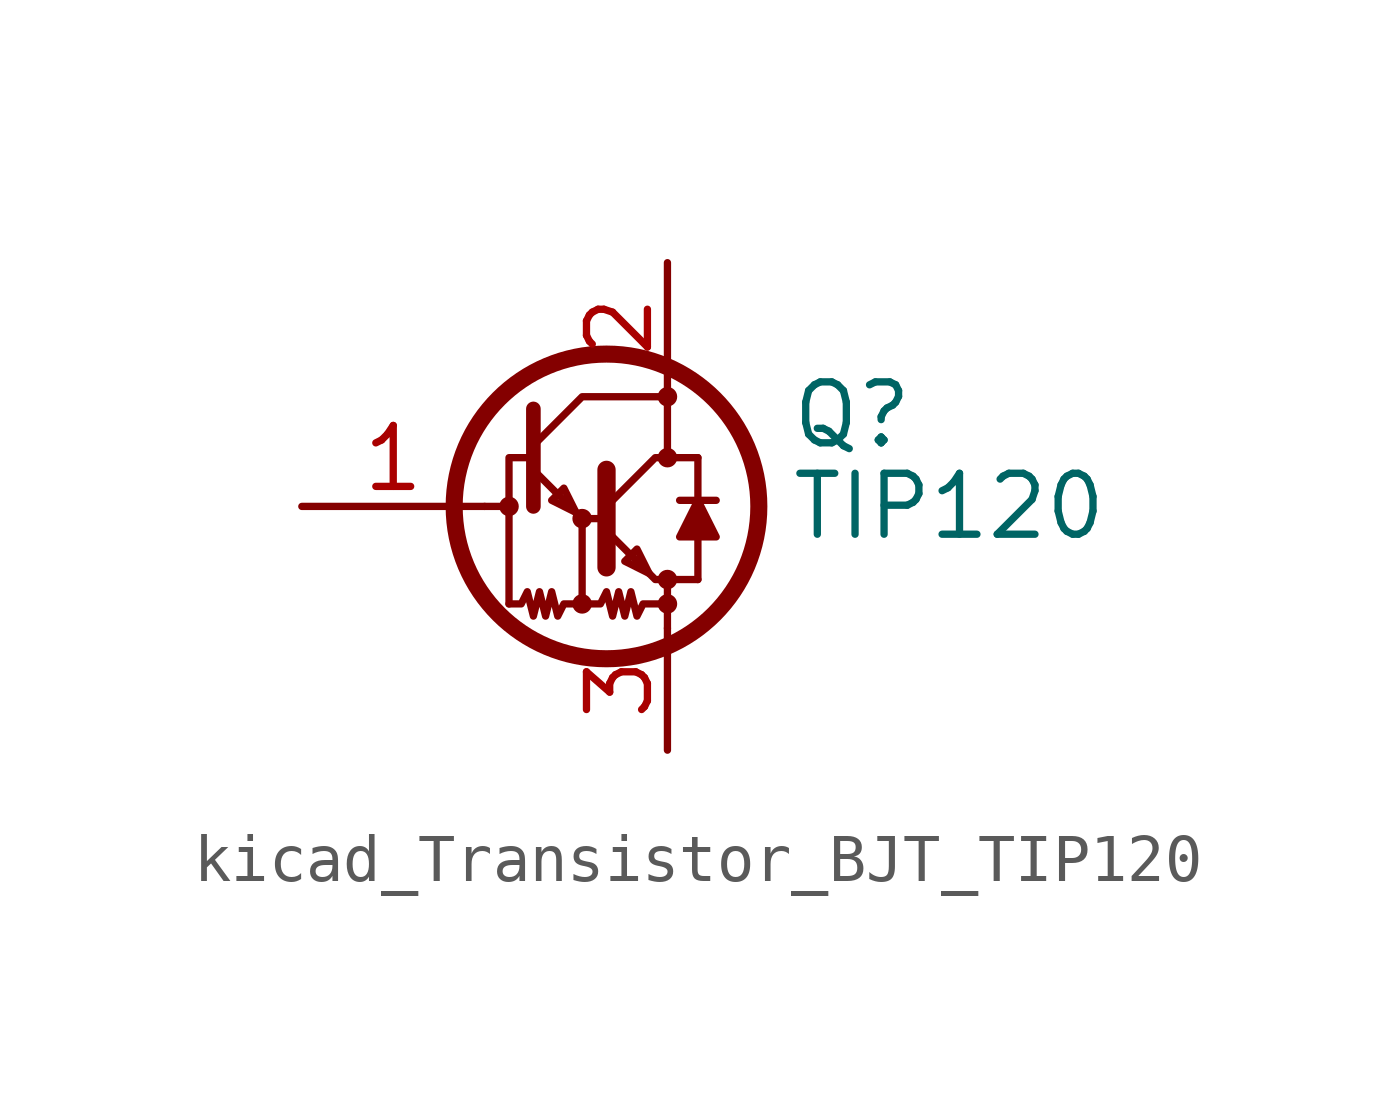
<source format=kicad_sym>
(kicad_symbol_lib
  (version 20220914)
  (generator kicad_symbol_editor)
  (symbol "kicad_Transistor_BJT_TIP120"
    (pin_names
      (offset 0) hide)
    (property "Reference" "Q"
      (at 5.08 1.905 0)
      (effects (font (size 1.27 1.27)) (justify left)))
    (property "Value" "TIP120"
      (at 5.08 0 0)
      (effects (font (size 1.27 1.27)) (justify left)))
    (symbol "kicad_Transistor_BJT_TIP120_0_1"
      (circle (center -0.762 0) (radius 0.127) (stroke (width 0) (type default)) (fill (type none)))
      (polyline (pts (xy -1.27 0) (xy -0.889 0)) (stroke (width 0) (type default)) (fill (type none)))
      (polyline (pts (xy 2.54 -2.032) (xy 2.54 -2.54)) (stroke (width 0) (type default)) (fill (type none)))
      (polyline (pts (xy 2.54 -1.524) (xy 3.175 -1.524)) (stroke (width 0) (type default)) (fill (type none)))
      (polyline (pts (xy 2.794 0.127) (xy 3.556 0.127)) (stroke (width 0) (type default)) (fill (type none)))
      (polyline (pts (xy 3.175 -0.635) (xy 3.175 -1.524)) (stroke (width 0) (type default)) (fill (type none)))
      (polyline (pts (xy 3.175 1.016) (xy 2.54 1.016)) (stroke (width 0) (type default)) (fill (type none)))
      (polyline (pts (xy 3.175 1.016) (xy 3.175 0.127)) (stroke (width 0) (type default)) (fill (type none)))
      (polyline (pts (xy -0.254 0.762) (xy 0.762 -0.254) (xy 1.27 -0.254)) (stroke (width 0) (type default)) (fill (type none)))
      (polyline (pts (xy -0.254 1.016) (xy -0.762 1.016) (xy -0.762 -2.032)) (stroke (width 0) (type default)) (fill (type none)))
      (polyline (pts (xy -0.254 1.27) (xy 0.762 2.286) (xy 2.54 2.286)) (stroke (width 0) (type default)) (fill (type none)))
      (polyline (pts (xy -0.254 2.032) (xy -0.254 0) (xy -0.254 0)) (stroke (width 0.305) (type default)) (fill (type none)))
      (polyline (pts (xy 1.27 0.762) (xy 1.27 -1.27) (xy 1.27 -1.27)) (stroke (width 0.381) (type default)) (fill (type none)))
      (polyline (pts (xy 0.635 -0.127) (xy 0.381 0.381) (xy 0.127 0.127) (xy 0.635 -0.127)) (stroke (width 0) (type default)) (fill (type none)))
      (polyline (pts (xy 1.27 -0.508) (xy 2.286 -1.524) (xy 2.54 -1.524) (xy 2.54 -2.032)) (stroke (width 0) (type default)) (fill (type none)))
      (polyline (pts (xy 1.27 0) (xy 2.286 1.016) (xy 2.54 1.016) (xy 2.54 2.286)) (stroke (width 0) (type default)) (fill (type none)))
      (polyline (pts (xy 2.159 -1.397) (xy 1.905 -0.889) (xy 1.651 -1.143) (xy 2.159 -1.397)) (stroke (width 0) (type default)) (fill (type none)))
      (polyline (pts (xy 3.175 0.127) (xy 2.794 -0.635) (xy 3.556 -0.635) (xy 3.175 0.127)) (stroke (width 0) (type default)) (fill (type outline)))
      (polyline (pts (xy 0.762 -2.032) (xy 0.381 -2.032) (xy 0.254 -2.286) (xy 0.127 -1.778) (xy 0 -2.286) (xy -0.127 -1.778) (xy -0.254 -2.286) (xy -0.381 -1.778) (xy -0.508 -2.032) (xy -0.762 -2.032)) (stroke (width 0) (type default)) (fill (type none)))
      (polyline (pts (xy 0.762 -0.254) (xy 0.762 -2.032) (xy 1.143 -2.032) (xy 1.27 -1.778) (xy 1.397 -2.286) (xy 1.524 -1.778) (xy 1.651 -2.286) (xy 1.778 -1.778) (xy 1.905 -2.286) (xy 2.032 -2.032) (xy 2.54 -2.032)) (stroke (width 0) (type default)) (fill (type none)))
      (circle (center 0.762 -2.032) (radius 0.127) (stroke (width 0) (type default)) (fill (type none)))
      (circle (center 0.762 -0.254) (radius 0.127) (stroke (width 0) (type default)) (fill (type none)))
      (circle (center 1.27 0) (radius 3.175) (stroke (width 0.356) (type default)) (fill (type none)))
      (circle (center 2.54 -2.032) (radius 0.127) (stroke (width 0) (type default)) (fill (type none)))
      (circle (center 2.54 -1.524) (radius 0.127) (stroke (width 0) (type default)) (fill (type none)))
      (circle (center 2.54 1.016) (radius 0.127) (stroke (width 0) (type default)) (fill (type none)))
      (circle (center 2.54 2.286) (radius 0.127) (stroke (width 0) (type default)) (fill (type none))))
    (symbol "kicad_Transistor_BJT_TIP120_1_1"
      (pin input line (at -5.08 0 0) (length 3.81) (name "B" (effects (font (size 1.27 1.27)))) (number "1" (effects (font (size 1.27 1.27)))))
      (pin passive line (at 2.54 5.08 270) (length 2.667) (name "C" (effects (font (size 1.27 1.27)))) (number "2" (effects (font (size 1.27 1.27)))))
      (pin passive line (at 2.54 -5.08 90) (length 2.54) (name "E" (effects (font (size 1.27 1.27)))) (number "3" (effects (font (size 1.27 1.27))))))))
</source>
